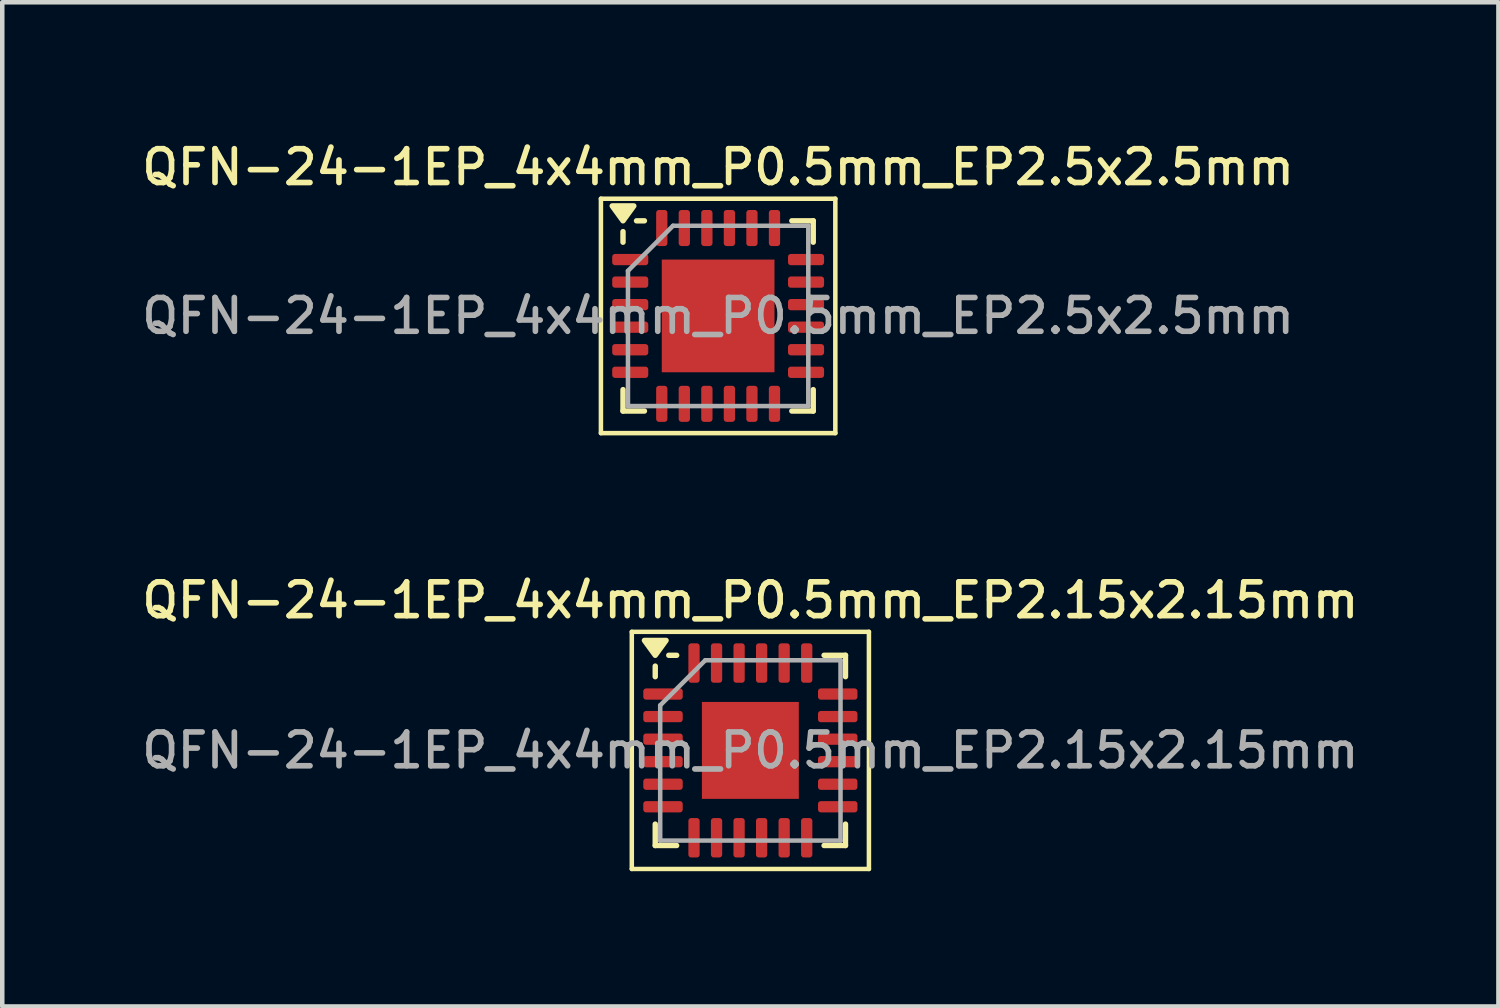
<source format=kicad_pcb>
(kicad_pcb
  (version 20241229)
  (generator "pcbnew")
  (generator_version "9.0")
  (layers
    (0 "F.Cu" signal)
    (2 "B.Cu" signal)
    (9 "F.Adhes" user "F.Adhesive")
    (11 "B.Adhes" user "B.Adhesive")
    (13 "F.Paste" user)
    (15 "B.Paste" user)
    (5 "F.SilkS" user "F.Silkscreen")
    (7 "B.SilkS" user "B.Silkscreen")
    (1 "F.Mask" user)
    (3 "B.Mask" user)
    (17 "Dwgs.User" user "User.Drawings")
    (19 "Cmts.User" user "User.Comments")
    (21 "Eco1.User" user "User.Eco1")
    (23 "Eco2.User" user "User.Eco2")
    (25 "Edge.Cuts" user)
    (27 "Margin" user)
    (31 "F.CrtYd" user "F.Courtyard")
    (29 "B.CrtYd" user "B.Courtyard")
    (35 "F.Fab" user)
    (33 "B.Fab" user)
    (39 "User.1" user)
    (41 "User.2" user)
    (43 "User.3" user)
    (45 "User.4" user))
  (footprint "QFN-24-1EP_4x4mm_P0.5mm_EP2.15x2.15mm"
    (layer "F.Cu")
    (at 13.595 13.596)
    (property "Reference" "QFN-24-1EP_4x4mm_P0.5mm_EP2.15x2.15mm" (at 0 -3.33 0) (layer "F.SilkS") (effects (font (size 0.75 0.75) (thickness 0.125))))
    (attr smd)
    (fp_line (start -2.63 -2.63) (end -2.63 2.63) (stroke (width 0.1) (type solid)) (layer "F.SilkS"))
    (fp_line (start -2.63 2.63) (end 2.63 2.63) (stroke (width 0.1) (type solid)) (layer "F.SilkS"))
    (fp_line (start -2.11 -1.635) (end -2.11 -1.87) (stroke (width 0.12) (type solid)) (layer "F.SilkS"))
    (fp_line (start -2.11 2.11) (end -2.11 1.635) (stroke (width 0.12) (type solid)) (layer "F.SilkS"))
    (fp_line (start -1.635 -2.11) (end -1.81 -2.11) (stroke (width 0.12) (type solid)) (layer "F.SilkS"))
    (fp_line (start -1.635 2.11) (end -2.11 2.11) (stroke (width 0.12) (type solid)) (layer "F.SilkS"))
    (fp_line (start 1.635 -2.11) (end 2.11 -2.11) (stroke (width 0.12) (type solid)) (layer "F.SilkS"))
    (fp_line (start 1.635 2.11) (end 2.11 2.11) (stroke (width 0.12) (type solid)) (layer "F.SilkS"))
    (fp_line (start 2.11 -2.11) (end 2.11 -1.635) (stroke (width 0.12) (type solid)) (layer "F.SilkS"))
    (fp_line (start 2.11 2.11) (end 2.11 1.635) (stroke (width 0.12) (type solid)) (layer "F.SilkS"))
    (fp_line (start 2.63 -2.63) (end -2.63 -2.63) (stroke (width 0.1) (type solid)) (layer "F.SilkS"))
    (fp_line (start 2.63 2.63) (end 2.63 -2.63) (stroke (width 0.1) (type solid)) (layer "F.SilkS"))
    (fp_poly (pts (xy -2.11 -2.11) (xy -2.35 -2.44) (xy -1.87 -2.44) (xy -2.11 -2.11)) (stroke (width 0.12) (type solid)) (fill yes) (layer "F.SilkS"))
    (fp_line (start -2 -1) (end -1 -2) (stroke (width 0.1) (type solid)) (layer "F.Fab"))
    (fp_line (start -2 2) (end -2 -1) (stroke (width 0.1) (type solid)) (layer "F.Fab"))
    (fp_line (start -1 -2) (end 2 -2) (stroke (width 0.1) (type solid)) (layer "F.Fab"))
    (fp_line (start 2 -2) (end 2 2) (stroke (width 0.1) (type solid)) (layer "F.Fab"))
    (fp_line (start 2 2) (end -2 2) (stroke (width 0.1) (type solid)) (layer "F.Fab"))
    (fp_text user "${REFERENCE}" (at 0 0 0) (layer "F.Fab") (effects (font (size 0.75 0.75) (thickness 0.125))))
    (pad "" smd roundrect (at -0.54 -0.54) (size 0.87 0.87) (layers "F.Paste") (roundrect_rratio 0.25))
    (pad "" smd roundrect (at -0.54 0.54) (size 0.87 0.87) (layers "F.Paste") (roundrect_rratio 0.25))
    (pad "" smd roundrect (at 0.54 -0.54) (size 0.87 0.87) (layers "F.Paste") (roundrect_rratio 0.25))
    (pad "" smd roundrect (at 0.54 0.54) (size 0.87 0.87) (layers "F.Paste") (roundrect_rratio 0.25))
    (pad "1" smd roundrect (at -1.938 -1.25) (size 0.875 0.25) (layers "F.Cu" "F.Mask" "F.Paste") (roundrect_rratio 0.25))
    (pad "2" smd roundrect (at -1.938 -0.75) (size 0.875 0.25) (layers "F.Cu" "F.Mask" "F.Paste") (roundrect_rratio 0.25))
    (pad "3" smd roundrect (at -1.938 -0.25) (size 0.875 0.25) (layers "F.Cu" "F.Mask" "F.Paste") (roundrect_rratio 0.25))
    (pad "4" smd roundrect (at -1.938 0.25) (size 0.875 0.25) (layers "F.Cu" "F.Mask" "F.Paste") (roundrect_rratio 0.25))
    (pad "5" smd roundrect (at -1.938 0.75) (size 0.875 0.25) (layers "F.Cu" "F.Mask" "F.Paste") (roundrect_rratio 0.25))
    (pad "6" smd roundrect (at -1.938 1.25) (size 0.875 0.25) (layers "F.Cu" "F.Mask" "F.Paste") (roundrect_rratio 0.25))
    (pad "7" smd roundrect (at -1.25 1.938) (size 0.25 0.875) (layers "F.Cu" "F.Mask" "F.Paste") (roundrect_rratio 0.25))
    (pad "8" smd roundrect (at -0.75 1.938) (size 0.25 0.875) (layers "F.Cu" "F.Mask" "F.Paste") (roundrect_rratio 0.25))
    (pad "9" smd roundrect (at -0.25 1.938) (size 0.25 0.875) (layers "F.Cu" "F.Mask" "F.Paste") (roundrect_rratio 0.25))
    (pad "10" smd roundrect (at 0.25 1.938) (size 0.25 0.875) (layers "F.Cu" "F.Mask" "F.Paste") (roundrect_rratio 0.25))
    (pad "11" smd roundrect (at 0.75 1.938) (size 0.25 0.875) (layers "F.Cu" "F.Mask" "F.Paste") (roundrect_rratio 0.25))
    (pad "12" smd roundrect (at 1.25 1.938) (size 0.25 0.875) (layers "F.Cu" "F.Mask" "F.Paste") (roundrect_rratio 0.25))
    (pad "13" smd roundrect (at 1.938 1.25) (size 0.875 0.25) (layers "F.Cu" "F.Mask" "F.Paste") (roundrect_rratio 0.25))
    (pad "14" smd roundrect (at 1.938 0.75) (size 0.875 0.25) (layers "F.Cu" "F.Mask" "F.Paste") (roundrect_rratio 0.25))
    (pad "15" smd roundrect (at 1.938 0.25) (size 0.875 0.25) (layers "F.Cu" "F.Mask" "F.Paste") (roundrect_rratio 0.25))
    (pad "16" smd roundrect (at 1.938 -0.25) (size 0.875 0.25) (layers "F.Cu" "F.Mask" "F.Paste") (roundrect_rratio 0.25))
    (pad "17" smd roundrect (at 1.938 -0.75) (size 0.875 0.25) (layers "F.Cu" "F.Mask" "F.Paste") (roundrect_rratio 0.25))
    (pad "18" smd roundrect (at 1.938 -1.25) (size 0.875 0.25) (layers "F.Cu" "F.Mask" "F.Paste") (roundrect_rratio 0.25))
    (pad "19" smd roundrect (at 1.25 -1.938) (size 0.25 0.875) (layers "F.Cu" "F.Mask" "F.Paste") (roundrect_rratio 0.25))
    (pad "20" smd roundrect (at 0.75 -1.938) (size 0.25 0.875) (layers "F.Cu" "F.Mask" "F.Paste") (roundrect_rratio 0.25))
    (pad "21" smd roundrect (at 0.25 -1.938) (size 0.25 0.875) (layers "F.Cu" "F.Mask" "F.Paste") (roundrect_rratio 0.25))
    (pad "22" smd roundrect (at -0.25 -1.938) (size 0.25 0.875) (layers "F.Cu" "F.Mask" "F.Paste") (roundrect_rratio 0.25))
    (pad "23" smd roundrect (at -0.75 -1.938) (size 0.25 0.875) (layers "F.Cu" "F.Mask" "F.Paste") (roundrect_rratio 0.25))
    (pad "24" smd roundrect (at -1.25 -1.938) (size 0.25 0.875) (layers "F.Cu" "F.Mask" "F.Paste") (roundrect_rratio 0.25))
    (pad "25" smd rect (at 0 0) (size 2.15 2.15) (property pad_prop_heatsink) (layers "F.Cu" "F.Mask")))
  (footprint "QFN-24-1EP_4x4mm_P0.5mm_EP2.5x2.5mm"
    (layer "F.Cu")
    (at 12.88 3.958)
    (property "Reference" "QFN-24-1EP_4x4mm_P0.5mm_EP2.5x2.5mm" (at 0 -3.3 0) (layer "F.SilkS") (effects (font (size 0.75 0.75) (thickness 0.125))))
    (attr smd)
    (fp_line (start -2.6 -2.6) (end -2.6 2.6) (stroke (width 0.1) (type solid)) (layer "F.SilkS"))
    (fp_line (start -2.6 2.6) (end 2.6 2.6) (stroke (width 0.1) (type solid)) (layer "F.SilkS"))
    (fp_line (start -2.11 -1.635) (end -2.11 -1.87) (stroke (width 0.12) (type solid)) (layer "F.SilkS"))
    (fp_line (start -2.11 2.11) (end -2.11 1.635) (stroke (width 0.12) (type solid)) (layer "F.SilkS"))
    (fp_line (start -1.635 -2.11) (end -1.81 -2.11) (stroke (width 0.12) (type solid)) (layer "F.SilkS"))
    (fp_line (start -1.635 2.11) (end -2.11 2.11) (stroke (width 0.12) (type solid)) (layer "F.SilkS"))
    (fp_line (start 1.635 -2.11) (end 2.11 -2.11) (stroke (width 0.12) (type solid)) (layer "F.SilkS"))
    (fp_line (start 1.635 2.11) (end 2.11 2.11) (stroke (width 0.12) (type solid)) (layer "F.SilkS"))
    (fp_line (start 2.11 -2.11) (end 2.11 -1.635) (stroke (width 0.12) (type solid)) (layer "F.SilkS"))
    (fp_line (start 2.11 2.11) (end 2.11 1.635) (stroke (width 0.12) (type solid)) (layer "F.SilkS"))
    (fp_line (start 2.6 -2.6) (end -2.6 -2.6) (stroke (width 0.1) (type solid)) (layer "F.SilkS"))
    (fp_line (start 2.6 2.6) (end 2.6 -2.6) (stroke (width 0.1) (type solid)) (layer "F.SilkS"))
    (fp_poly (pts (xy -2.11 -2.11) (xy -2.35 -2.44) (xy -1.87 -2.44) (xy -2.11 -2.11)) (stroke (width 0.12) (type solid)) (fill yes) (layer "F.SilkS"))
    (fp_line (start -2 -1) (end -1 -2) (stroke (width 0.1) (type solid)) (layer "F.Fab"))
    (fp_line (start -2 2) (end -2 -1) (stroke (width 0.1) (type solid)) (layer "F.Fab"))
    (fp_line (start -1 -2) (end 2 -2) (stroke (width 0.1) (type solid)) (layer "F.Fab"))
    (fp_line (start 2 -2) (end 2 2) (stroke (width 0.1) (type solid)) (layer "F.Fab"))
    (fp_line (start 2 2) (end -2 2) (stroke (width 0.1) (type solid)) (layer "F.Fab"))
    (fp_text user "${REFERENCE}" (at 0 0 0) (layer "F.Fab") (effects (font (size 0.75 0.75) (thickness 0.125))))
    (pad "" smd roundrect (at -0.625 -0.625) (size 1.01 1.01) (layers "F.Paste") (roundrect_rratio 0.248))
    (pad "" smd roundrect (at -0.625 0.625) (size 1.01 1.01) (layers "F.Paste") (roundrect_rratio 0.248))
    (pad "" smd roundrect (at 0.625 -0.625) (size 1.01 1.01) (layers "F.Paste") (roundrect_rratio 0.248))
    (pad "" smd roundrect (at 0.625 0.625) (size 1.01 1.01) (layers "F.Paste") (roundrect_rratio 0.248))
    (pad "1" smd roundrect (at -1.95 -1.25) (size 0.8 0.25) (layers "F.Cu" "F.Mask" "F.Paste") (roundrect_rratio 0.25))
    (pad "2" smd roundrect (at -1.95 -0.75) (size 0.8 0.25) (layers "F.Cu" "F.Mask" "F.Paste") (roundrect_rratio 0.25))
    (pad "3" smd roundrect (at -1.95 -0.25) (size 0.8 0.25) (layers "F.Cu" "F.Mask" "F.Paste") (roundrect_rratio 0.25))
    (pad "4" smd roundrect (at -1.95 0.25) (size 0.8 0.25) (layers "F.Cu" "F.Mask" "F.Paste") (roundrect_rratio 0.25))
    (pad "5" smd roundrect (at -1.95 0.75) (size 0.8 0.25) (layers "F.Cu" "F.Mask" "F.Paste") (roundrect_rratio 0.25))
    (pad "6" smd roundrect (at -1.95 1.25) (size 0.8 0.25) (layers "F.Cu" "F.Mask" "F.Paste") (roundrect_rratio 0.25))
    (pad "7" smd roundrect (at -1.25 1.95) (size 0.25 0.8) (layers "F.Cu" "F.Mask" "F.Paste") (roundrect_rratio 0.25))
    (pad "8" smd roundrect (at -0.75 1.95) (size 0.25 0.8) (layers "F.Cu" "F.Mask" "F.Paste") (roundrect_rratio 0.25))
    (pad "9" smd roundrect (at -0.25 1.95) (size 0.25 0.8) (layers "F.Cu" "F.Mask" "F.Paste") (roundrect_rratio 0.25))
    (pad "10" smd roundrect (at 0.25 1.95) (size 0.25 0.8) (layers "F.Cu" "F.Mask" "F.Paste") (roundrect_rratio 0.25))
    (pad "11" smd roundrect (at 0.75 1.95) (size 0.25 0.8) (layers "F.Cu" "F.Mask" "F.Paste") (roundrect_rratio 0.25))
    (pad "12" smd roundrect (at 1.25 1.95) (size 0.25 0.8) (layers "F.Cu" "F.Mask" "F.Paste") (roundrect_rratio 0.25))
    (pad "13" smd roundrect (at 1.95 1.25) (size 0.8 0.25) (layers "F.Cu" "F.Mask" "F.Paste") (roundrect_rratio 0.25))
    (pad "14" smd roundrect (at 1.95 0.75) (size 0.8 0.25) (layers "F.Cu" "F.Mask" "F.Paste") (roundrect_rratio 0.25))
    (pad "15" smd roundrect (at 1.95 0.25) (size 0.8 0.25) (layers "F.Cu" "F.Mask" "F.Paste") (roundrect_rratio 0.25))
    (pad "16" smd roundrect (at 1.95 -0.25) (size 0.8 0.25) (layers "F.Cu" "F.Mask" "F.Paste") (roundrect_rratio 0.25))
    (pad "17" smd roundrect (at 1.95 -0.75) (size 0.8 0.25) (layers "F.Cu" "F.Mask" "F.Paste") (roundrect_rratio 0.25))
    (pad "18" smd roundrect (at 1.95 -1.25) (size 0.8 0.25) (layers "F.Cu" "F.Mask" "F.Paste") (roundrect_rratio 0.25))
    (pad "19" smd roundrect (at 1.25 -1.95) (size 0.25 0.8) (layers "F.Cu" "F.Mask" "F.Paste") (roundrect_rratio 0.25))
    (pad "20" smd roundrect (at 0.75 -1.95) (size 0.25 0.8) (layers "F.Cu" "F.Mask" "F.Paste") (roundrect_rratio 0.25))
    (pad "21" smd roundrect (at 0.25 -1.95) (size 0.25 0.8) (layers "F.Cu" "F.Mask" "F.Paste") (roundrect_rratio 0.25))
    (pad "22" smd roundrect (at -0.25 -1.95) (size 0.25 0.8) (layers "F.Cu" "F.Mask" "F.Paste") (roundrect_rratio 0.25))
    (pad "23" smd roundrect (at -0.75 -1.95) (size 0.25 0.8) (layers "F.Cu" "F.Mask" "F.Paste") (roundrect_rratio 0.25))
    (pad "24" smd roundrect (at -1.25 -1.95) (size 0.25 0.8) (layers "F.Cu" "F.Mask" "F.Paste") (roundrect_rratio 0.25))
    (pad "25" smd rect (at 0 0) (size 2.5 2.5) (property pad_prop_heatsink) (layers "F.Cu" "F.Mask")))
  (gr_rect
    (start -3 -3)
    (end 30.189 19.276)
    (stroke (width 0.1) (type default))
    (fill no)
    (layer "Edge.Cuts")))
</source>
